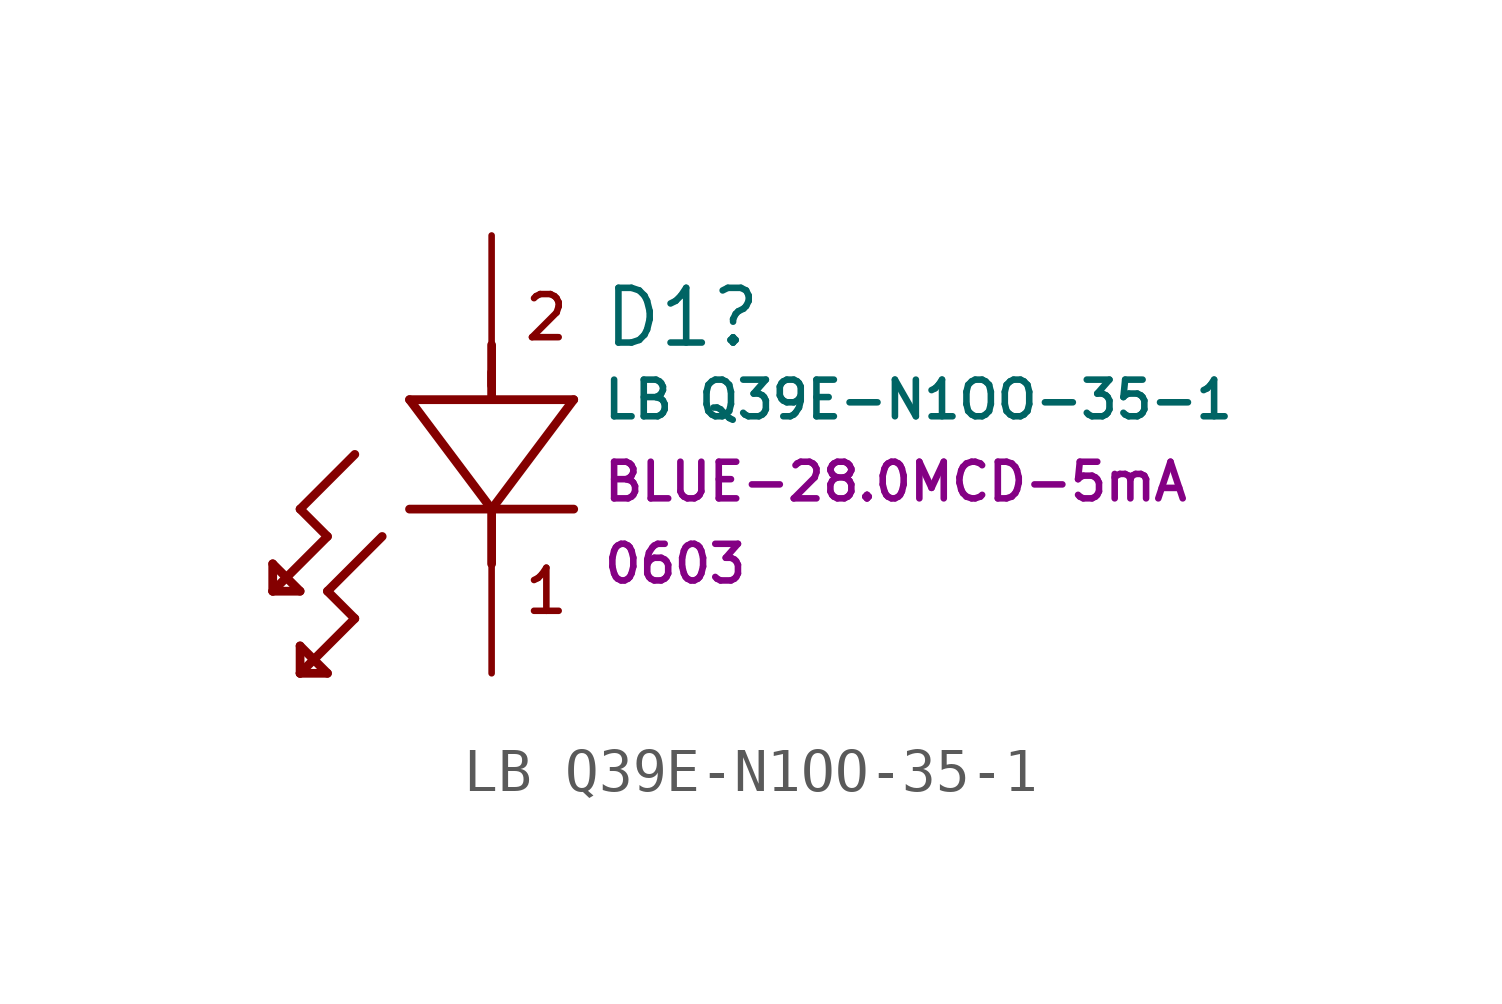
<source format=kicad_sym>
(kicad_symbol_lib
  (version 20211014)
  (generator kicad_symbol_editor)
  (symbol "LB Q39E-N1OO-35-1"
    (pin_numbers hide)
    (pin_names hide)
    (property "Reference" "D1"
      (at 2.54 -1.905 0)
      (effects (font (size 1.27 1.27)) (justify left)))
    (property "Value" "LB Q39E-N1OO-35-1"
      (at 2.54 -3.81 0)
      (effects (font (size 0.85 0.85)) (justify left)))
    (property "Colour-Intensity-FWD Current" "BLUE-28.0MCD-5mA"
      (at 2.54 -5.715 0)
      (effects (font (size 0.85 0.85)) (justify left)))
    (property "Size" "0603"
      (at 2.54 -7.62 0)
      (effects (font (size 0.85 0.85)) (justify left)))
    (symbol "LB Q39E-N1OO-35-1_0_0"
      (text "1" (at 1.27 -8.255 0) (effects (font (size 1 1))))
      (text "2" (at 1.27 -1.905 0) (effects (font (size 1 1)))))
    (symbol "LB Q39E-N1OO-35-1_1_1"
      (polyline (pts (xy -5.08 -8.255) (xy -5.08 -7.62)) (stroke (width 0.203) (type default) (color 0 0 0 0)) (fill (type none)))
      (polyline (pts (xy -5.08 -7.62) (xy -4.445 -8.255)) (stroke (width 0.203) (type default) (color 0 0 0 0)) (fill (type none)))
      (polyline (pts (xy -4.445 -10.16) (xy -4.445 -9.525)) (stroke (width 0.203) (type default) (color 0 0 0 0)) (fill (type none)))
      (polyline (pts (xy -4.445 -9.525) (xy -3.81 -10.16)) (stroke (width 0.203) (type default) (color 0 0 0 0)) (fill (type none)))
      (polyline (pts (xy -4.445 -8.255) (xy -5.08 -8.255)) (stroke (width 0.203) (type default) (color 0 0 0 0)) (fill (type none)))
      (polyline (pts (xy -4.445 -6.35) (xy -3.81 -6.985)) (stroke (width 0.203) (type default) (color 0 0 0 0)) (fill (type none)))
      (polyline (pts (xy -3.81 -10.16) (xy -4.445 -10.16)) (stroke (width 0.203) (type default) (color 0 0 0 0)) (fill (type none)))
      (polyline (pts (xy -3.81 -8.255) (xy -3.175 -8.89)) (stroke (width 0.203) (type default) (color 0 0 0 0)) (fill (type none)))
      (polyline (pts (xy -3.81 -6.985) (xy -5.08 -8.255)) (stroke (width 0.203) (type default) (color 0 0 0 0)) (fill (type none)))
      (polyline (pts (xy -3.175 -8.89) (xy -4.445 -10.16)) (stroke (width 0.203) (type default) (color 0 0 0 0)) (fill (type none)))
      (polyline (pts (xy -3.175 -5.08) (xy -4.445 -6.35)) (stroke (width 0.203) (type default) (color 0 0 0 0)) (fill (type none)))
      (polyline (pts (xy -2.54 -6.985) (xy -3.81 -8.255)) (stroke (width 0.203) (type default) (color 0 0 0 0)) (fill (type none)))
      (polyline (pts (xy -1.905 -3.81) (xy 1.905 -3.81)) (stroke (width 0.203) (type default) (color 0 0 0 0)) (fill (type none)))
      (polyline (pts (xy 0 -6.35) (xy -1.905 -3.81)) (stroke (width 0.203) (type default) (color 0 0 0 0)) (fill (type none)))
      (polyline (pts (xy 0 -6.35) (xy 0 -7.62)) (stroke (width 0.203) (type default) (color 0 0 0 0)) (fill (type none)))
      (polyline (pts (xy 0 -3.175) (xy 0 -3.81)) (stroke (width 0.203) (type default) (color 0 0 0 0)) (fill (type none)))
      (polyline (pts (xy 0 -2.54) (xy 0 -3.48)) (stroke (width 0.203) (type default) (color 0 0 0 0)) (fill (type none)))
      (polyline (pts (xy 1.905 -6.35) (xy -1.905 -6.35)) (stroke (width 0.203) (type default) (color 0 0 0 0)) (fill (type none)))
      (polyline (pts (xy 1.905 -3.81) (xy 0 -6.35)) (stroke (width 0.203) (type default) (color 0 0 0 0)) (fill (type none)))
      (pin passive line (at 0 -10.16 90) (length 2.54) (name "1" (effects (font (size 1.27 1.27)))) (number "1" (effects (font (size 1.27 1.27)))))
      (pin passive line (at 0 0 270) (length 2.54) (name "2" (effects (font (size 1.27 1.27)))) (number "2" (effects (font (size 1.27 1.27))))))))
</source>
